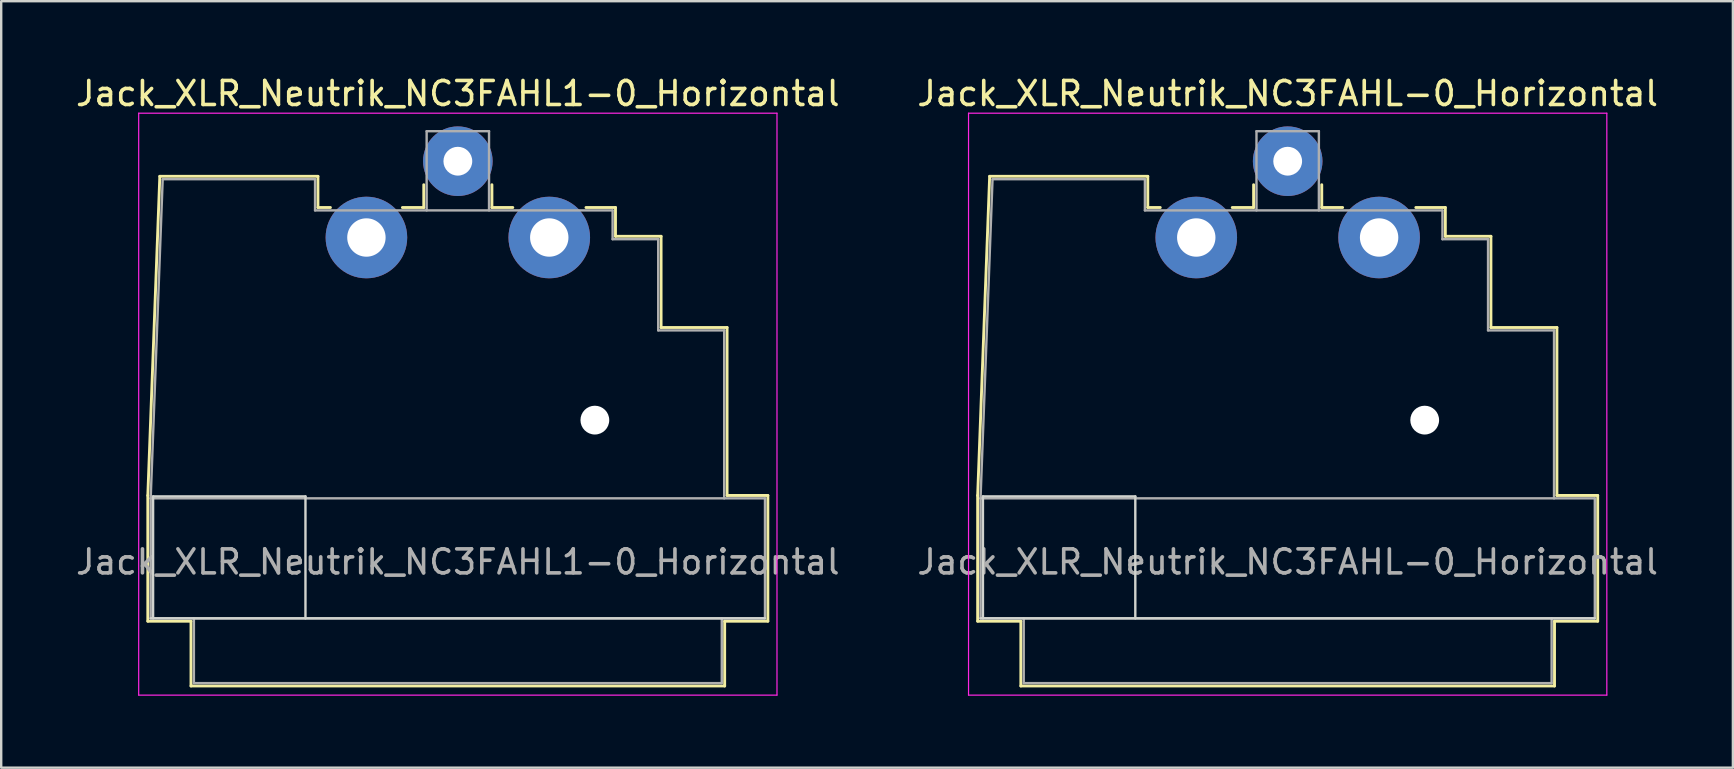
<source format=kicad_pcb>
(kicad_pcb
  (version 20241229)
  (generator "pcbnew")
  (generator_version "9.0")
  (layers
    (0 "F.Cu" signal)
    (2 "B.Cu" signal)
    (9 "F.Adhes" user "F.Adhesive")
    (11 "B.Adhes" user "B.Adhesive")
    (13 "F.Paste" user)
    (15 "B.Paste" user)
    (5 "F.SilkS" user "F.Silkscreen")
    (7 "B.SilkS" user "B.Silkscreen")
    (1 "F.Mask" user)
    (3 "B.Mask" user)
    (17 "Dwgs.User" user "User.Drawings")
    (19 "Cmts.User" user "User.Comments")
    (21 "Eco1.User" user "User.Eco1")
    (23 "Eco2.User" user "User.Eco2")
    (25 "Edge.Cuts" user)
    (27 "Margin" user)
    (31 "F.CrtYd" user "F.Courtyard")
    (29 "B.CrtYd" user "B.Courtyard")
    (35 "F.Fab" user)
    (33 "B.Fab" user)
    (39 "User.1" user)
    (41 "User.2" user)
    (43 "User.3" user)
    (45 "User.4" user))
  (footprint "Jack_XLR_Neutrik_NC3FAHL1-0_Horizontal"
    (layer "F.Cu")
    (at 12.22 6.848)
    (property "Reference" "Jack_XLR_Neutrik_NC3FAHL1-0_Horizontal" (at 3.81 -6 0) (layer "F.SilkS") (effects (font (size 1 1) (thickness 0.15))))
    (attr through_hole)
    (fp_line (start -9.11 10.75) (end -8.61 -2.55) (stroke (width 0.12) (type solid)) (layer "F.SilkS"))
    (fp_line (start -9.11 15.99) (end -9.11 10.75) (stroke (width 0.12) (type solid)) (layer "F.SilkS"))
    (fp_line (start -8.61 -2.55) (end -2.02 -2.55) (stroke (width 0.12) (type solid)) (layer "F.SilkS"))
    (fp_line (start -7.31 15.99) (end -9.11 15.99) (stroke (width 0.12) (type solid)) (layer "F.SilkS"))
    (fp_line (start -7.31 15.99) (end -7.31 18.69) (stroke (width 0.12) (type solid)) (layer "F.SilkS"))
    (fp_line (start -2.02 -2.55) (end -2.02 -1.25) (stroke (width 0.12) (type solid)) (layer "F.SilkS"))
    (fp_line (start -2.02 -1.25) (end -1.5 -1.25) (stroke (width 0.12) (type solid)) (layer "F.SilkS"))
    (fp_line (start 1.5 -1.25) (end 2.39 -1.25) (stroke (width 0.12) (type solid)) (layer "F.SilkS"))
    (fp_line (start 2.39 -1.25) (end 2.39 -2.2) (stroke (width 0.12) (type solid)) (layer "F.SilkS"))
    (fp_line (start 5.23 -1.25) (end 5.23 -2.2) (stroke (width 0.12) (type solid)) (layer "F.SilkS"))
    (fp_line (start 5.23 -1.25) (end 6.1 -1.25) (stroke (width 0.12) (type solid)) (layer "F.SilkS"))
    (fp_line (start 9.15 -1.25) (end 10.38 -1.25) (stroke (width 0.12) (type solid)) (layer "F.SilkS"))
    (fp_line (start 10.38 -0.05) (end 10.38 -1.25) (stroke (width 0.12) (type solid)) (layer "F.SilkS"))
    (fp_line (start 10.38 -0.05) (end 12.28 -0.05) (stroke (width 0.12) (type solid)) (layer "F.SilkS"))
    (fp_line (start 12.28 3.75) (end 12.28 -0.05) (stroke (width 0.12) (type solid)) (layer "F.SilkS"))
    (fp_line (start 12.28 3.75) (end 15.03 3.75) (stroke (width 0.12) (type solid)) (layer "F.SilkS"))
    (fp_line (start 14.93 15.99) (end 14.93 18.69) (stroke (width 0.12) (type solid)) (layer "F.SilkS"))
    (fp_line (start 14.93 18.69) (end -7.31 18.69) (stroke (width 0.12) (type solid)) (layer "F.SilkS"))
    (fp_line (start 15.03 10.75) (end 15.03 3.75) (stroke (width 0.12) (type solid)) (layer "F.SilkS"))
    (fp_line (start 15.03 10.75) (end 16.73 10.75) (stroke (width 0.12) (type solid)) (layer "F.SilkS"))
    (fp_line (start 16.73 15.99) (end 14.93 15.99) (stroke (width 0.12) (type solid)) (layer "F.SilkS"))
    (fp_line (start 16.73 15.99) (end 16.73 10.75) (stroke (width 0.12) (type solid)) (layer "F.SilkS"))
    (fp_line (start -8.89 10.79) (end -8.89 15.87) (stroke (width 0.1) (type solid)) (layer "Edge.Cuts"))
    (fp_line (start -2.54 10.79) (end -8.89 10.79) (stroke (width 0.1) (type solid)) (layer "Edge.Cuts"))
    (fp_line (start -2.54 15.87) (end -2.54 10.79) (stroke (width 0.1) (type solid)) (layer "Edge.Cuts"))
    (fp_line (start 16.61 15.87) (end -8.99 15.87) (stroke (width 0.1) (type solid)) (layer "Edge.Cuts"))
    (fp_line (start -9.49 19.07) (end -9.49 -5.18) (stroke (width 0.05) (type solid)) (layer "F.CrtYd"))
    (fp_line (start 17.11 -5.18) (end -9.49 -5.18) (stroke (width 0.05) (type solid)) (layer "F.CrtYd"))
    (fp_line (start 17.11 19.07) (end -9.49 19.07) (stroke (width 0.05) (type solid)) (layer "F.CrtYd"))
    (fp_line (start 17.11 19.07) (end 17.11 -5.18) (stroke (width 0.05) (type solid)) (layer "F.CrtYd"))
    (fp_line (start -8.99 10.87) (end 16.61 10.87) (stroke (width 0.1) (type solid)) (layer "F.Fab"))
    (fp_line (start -8.99 15.87) (end -8.99 10.87) (stroke (width 0.1) (type solid)) (layer "F.Fab"))
    (fp_line (start -8.49 -2.43) (end -8.99 10.87) (stroke (width 0.1) (type solid)) (layer "F.Fab"))
    (fp_line (start -8.49 -2.43) (end -2.14 -2.43) (stroke (width 0.1) (type solid)) (layer "F.Fab"))
    (fp_line (start -7.19 18.57) (end -7.19 15.87) (stroke (width 0.1) (type solid)) (layer "F.Fab"))
    (fp_line (start -2.14 -1.13) (end -2.14 -2.43) (stroke (width 0.1) (type solid)) (layer "F.Fab"))
    (fp_line (start -2.14 -1.13) (end 10.26 -1.13) (stroke (width 0.1) (type solid)) (layer "F.Fab"))
    (fp_line (start 2.51 -4.43) (end 2.51 -1.13) (stroke (width 0.1) (type solid)) (layer "F.Fab"))
    (fp_line (start 2.51 -4.43) (end 5.11 -4.43) (stroke (width 0.1) (type solid)) (layer "F.Fab"))
    (fp_line (start 5.11 -4.43) (end 5.11 -1.13) (stroke (width 0.1) (type solid)) (layer "F.Fab"))
    (fp_line (start 10.26 -1.13) (end 10.26 0.07) (stroke (width 0.1) (type solid)) (layer "F.Fab"))
    (fp_line (start 10.26 0.07) (end 12.16 0.07) (stroke (width 0.1) (type solid)) (layer "F.Fab"))
    (fp_line (start 12.16 0.07) (end 12.16 3.87) (stroke (width 0.1) (type solid)) (layer "F.Fab"))
    (fp_line (start 12.16 3.87) (end 14.91 3.87) (stroke (width 0.1) (type solid)) (layer "F.Fab"))
    (fp_line (start 14.81 15.87) (end 14.81 18.57) (stroke (width 0.1) (type solid)) (layer "F.Fab"))
    (fp_line (start 14.81 18.57) (end -7.19 18.57) (stroke (width 0.1) (type solid)) (layer "F.Fab"))
    (fp_line (start 14.91 3.87) (end 14.91 10.87) (stroke (width 0.1) (type solid)) (layer "F.Fab"))
    (fp_line (start 16.61 10.87) (end 16.61 15.87) (stroke (width 0.1) (type solid)) (layer "F.Fab"))
    (fp_line (start 16.61 15.87) (end -8.99 15.87) (stroke (width 0.1) (type solid)) (layer "F.Fab"))
    (fp_text user "${REFERENCE}" (at 3.81 13.52 0) (layer "F.Fab") (effects (font (size 1 1) (thickness 0.15))))
    (pad "" np_thru_hole circle (at 9.52 7.61) (size 1.2 1.2) (drill 1.2) (layers "*.Cu" "*.Mask"))
    (pad "1" thru_hole circle (at 0 0) (size 3.4 3.4) (drill 1.6) (layers "*.Cu" "*.Mask"))
    (pad "2" thru_hole circle (at 3.81 -3.18) (size 2.9 2.9) (drill 1.2) (layers "*.Cu" "*.Mask"))
    (pad "3" thru_hole circle (at 7.62 0) (size 3.4 3.4) (drill 1.6) (layers "*.Cu" "*.Mask")))
  (footprint "Jack_XLR_Neutrik_NC3FAHL-0_Horizontal"
    (layer "F.Cu")
    (at 46.803 6.848)
    (property "Reference" "Jack_XLR_Neutrik_NC3FAHL-0_Horizontal" (at 3.81 -6 0) (layer "F.SilkS") (effects (font (size 1 1) (thickness 0.15))))
    (attr through_hole)
    (fp_line (start -9.11 10.75) (end -8.61 -2.55) (stroke (width 0.12) (type solid)) (layer "F.SilkS"))
    (fp_line (start -9.11 15.99) (end -9.11 10.75) (stroke (width 0.12) (type solid)) (layer "F.SilkS"))
    (fp_line (start -8.61 -2.55) (end -2.02 -2.55) (stroke (width 0.12) (type solid)) (layer "F.SilkS"))
    (fp_line (start -7.31 15.99) (end -9.11 15.99) (stroke (width 0.12) (type solid)) (layer "F.SilkS"))
    (fp_line (start -7.31 15.99) (end -7.31 18.69) (stroke (width 0.12) (type solid)) (layer "F.SilkS"))
    (fp_line (start -2.02 -2.55) (end -2.02 -1.25) (stroke (width 0.12) (type solid)) (layer "F.SilkS"))
    (fp_line (start -2.02 -1.25) (end -1.5 -1.25) (stroke (width 0.12) (type solid)) (layer "F.SilkS"))
    (fp_line (start 1.5 -1.25) (end 2.39 -1.25) (stroke (width 0.12) (type solid)) (layer "F.SilkS"))
    (fp_line (start 2.39 -1.25) (end 2.39 -2.2) (stroke (width 0.12) (type solid)) (layer "F.SilkS"))
    (fp_line (start 5.23 -1.25) (end 5.23 -2.2) (stroke (width 0.12) (type solid)) (layer "F.SilkS"))
    (fp_line (start 5.23 -1.25) (end 6.1 -1.25) (stroke (width 0.12) (type solid)) (layer "F.SilkS"))
    (fp_line (start 9.15 -1.25) (end 10.38 -1.25) (stroke (width 0.12) (type solid)) (layer "F.SilkS"))
    (fp_line (start 10.38 -0.05) (end 10.38 -1.25) (stroke (width 0.12) (type solid)) (layer "F.SilkS"))
    (fp_line (start 10.38 -0.05) (end 12.28 -0.05) (stroke (width 0.12) (type solid)) (layer "F.SilkS"))
    (fp_line (start 12.28 3.75) (end 12.28 -0.05) (stroke (width 0.12) (type solid)) (layer "F.SilkS"))
    (fp_line (start 12.28 3.75) (end 15.03 3.75) (stroke (width 0.12) (type solid)) (layer "F.SilkS"))
    (fp_line (start 14.93 15.99) (end 14.93 18.69) (stroke (width 0.12) (type solid)) (layer "F.SilkS"))
    (fp_line (start 14.93 18.69) (end -7.31 18.69) (stroke (width 0.12) (type solid)) (layer "F.SilkS"))
    (fp_line (start 15.03 10.75) (end 15.03 3.75) (stroke (width 0.12) (type solid)) (layer "F.SilkS"))
    (fp_line (start 15.03 10.75) (end 16.73 10.75) (stroke (width 0.12) (type solid)) (layer "F.SilkS"))
    (fp_line (start 16.73 15.99) (end 14.93 15.99) (stroke (width 0.12) (type solid)) (layer "F.SilkS"))
    (fp_line (start 16.73 15.99) (end 16.73 10.75) (stroke (width 0.12) (type solid)) (layer "F.SilkS"))
    (fp_line (start -8.89 10.79) (end -8.89 15.87) (stroke (width 0.1) (type solid)) (layer "Edge.Cuts"))
    (fp_line (start -2.54 10.79) (end -8.89 10.79) (stroke (width 0.1) (type solid)) (layer "Edge.Cuts"))
    (fp_line (start -2.54 15.87) (end -2.54 10.79) (stroke (width 0.1) (type solid)) (layer "Edge.Cuts"))
    (fp_line (start 16.61 15.87) (end -8.99 15.87) (stroke (width 0.1) (type solid)) (layer "Edge.Cuts"))
    (fp_line (start -9.49 19.07) (end -9.49 -5.18) (stroke (width 0.05) (type solid)) (layer "F.CrtYd"))
    (fp_line (start 17.11 -5.18) (end -9.49 -5.18) (stroke (width 0.05) (type solid)) (layer "F.CrtYd"))
    (fp_line (start 17.11 19.07) (end -9.49 19.07) (stroke (width 0.05) (type solid)) (layer "F.CrtYd"))
    (fp_line (start 17.11 19.07) (end 17.11 -5.18) (stroke (width 0.05) (type solid)) (layer "F.CrtYd"))
    (fp_line (start -8.99 10.87) (end 16.61 10.87) (stroke (width 0.1) (type solid)) (layer "F.Fab"))
    (fp_line (start -8.99 15.87) (end -8.99 10.87) (stroke (width 0.1) (type solid)) (layer "F.Fab"))
    (fp_line (start -8.49 -2.43) (end -8.99 10.87) (stroke (width 0.1) (type solid)) (layer "F.Fab"))
    (fp_line (start -8.49 -2.43) (end -2.14 -2.43) (stroke (width 0.1) (type solid)) (layer "F.Fab"))
    (fp_line (start -7.19 18.57) (end -7.19 15.87) (stroke (width 0.1) (type solid)) (layer "F.Fab"))
    (fp_line (start -2.14 -1.13) (end -2.14 -2.43) (stroke (width 0.1) (type solid)) (layer "F.Fab"))
    (fp_line (start -2.14 -1.13) (end 10.26 -1.13) (stroke (width 0.1) (type solid)) (layer "F.Fab"))
    (fp_line (start 2.51 -4.43) (end 2.51 -1.13) (stroke (width 0.1) (type solid)) (layer "F.Fab"))
    (fp_line (start 2.51 -4.43) (end 5.11 -4.43) (stroke (width 0.1) (type solid)) (layer "F.Fab"))
    (fp_line (start 5.11 -4.43) (end 5.11 -1.13) (stroke (width 0.1) (type solid)) (layer "F.Fab"))
    (fp_line (start 10.26 -1.13) (end 10.26 0.07) (stroke (width 0.1) (type solid)) (layer "F.Fab"))
    (fp_line (start 10.26 0.07) (end 12.16 0.07) (stroke (width 0.1) (type solid)) (layer "F.Fab"))
    (fp_line (start 12.16 0.07) (end 12.16 3.87) (stroke (width 0.1) (type solid)) (layer "F.Fab"))
    (fp_line (start 12.16 3.87) (end 14.91 3.87) (stroke (width 0.1) (type solid)) (layer "F.Fab"))
    (fp_line (start 14.81 15.87) (end 14.81 18.57) (stroke (width 0.1) (type solid)) (layer "F.Fab"))
    (fp_line (start 14.81 18.57) (end -7.19 18.57) (stroke (width 0.1) (type solid)) (layer "F.Fab"))
    (fp_line (start 14.91 3.87) (end 14.91 10.87) (stroke (width 0.1) (type solid)) (layer "F.Fab"))
    (fp_line (start 16.61 10.87) (end 16.61 15.87) (stroke (width 0.1) (type solid)) (layer "F.Fab"))
    (fp_line (start 16.61 15.87) (end -8.99 15.87) (stroke (width 0.1) (type solid)) (layer "F.Fab"))
    (fp_text user "${REFERENCE}" (at 3.81 13.52 0) (layer "F.Fab") (effects (font (size 1 1) (thickness 0.15))))
    (pad "" np_thru_hole circle (at 9.52 7.61) (size 1.2 1.2) (drill 1.2) (layers "*.Cu" "*.Mask"))
    (pad "1" thru_hole circle (at 0 0) (size 3.4 3.4) (drill 1.6) (layers "*.Cu" "*.Mask"))
    (pad "2" thru_hole circle (at 3.81 -3.18) (size 2.9 2.9) (drill 1.2) (layers "*.Cu" "*.Mask"))
    (pad "3" thru_hole circle (at 7.62 0) (size 3.4 3.4) (drill 1.6) (layers "*.Cu" "*.Mask")))
  (gr_rect
    (start -3 -3)
    (end 69.167 28.943)
    (stroke (width 0.1) (type default))
    (fill no)
    (layer "Edge.Cuts")))
</source>
